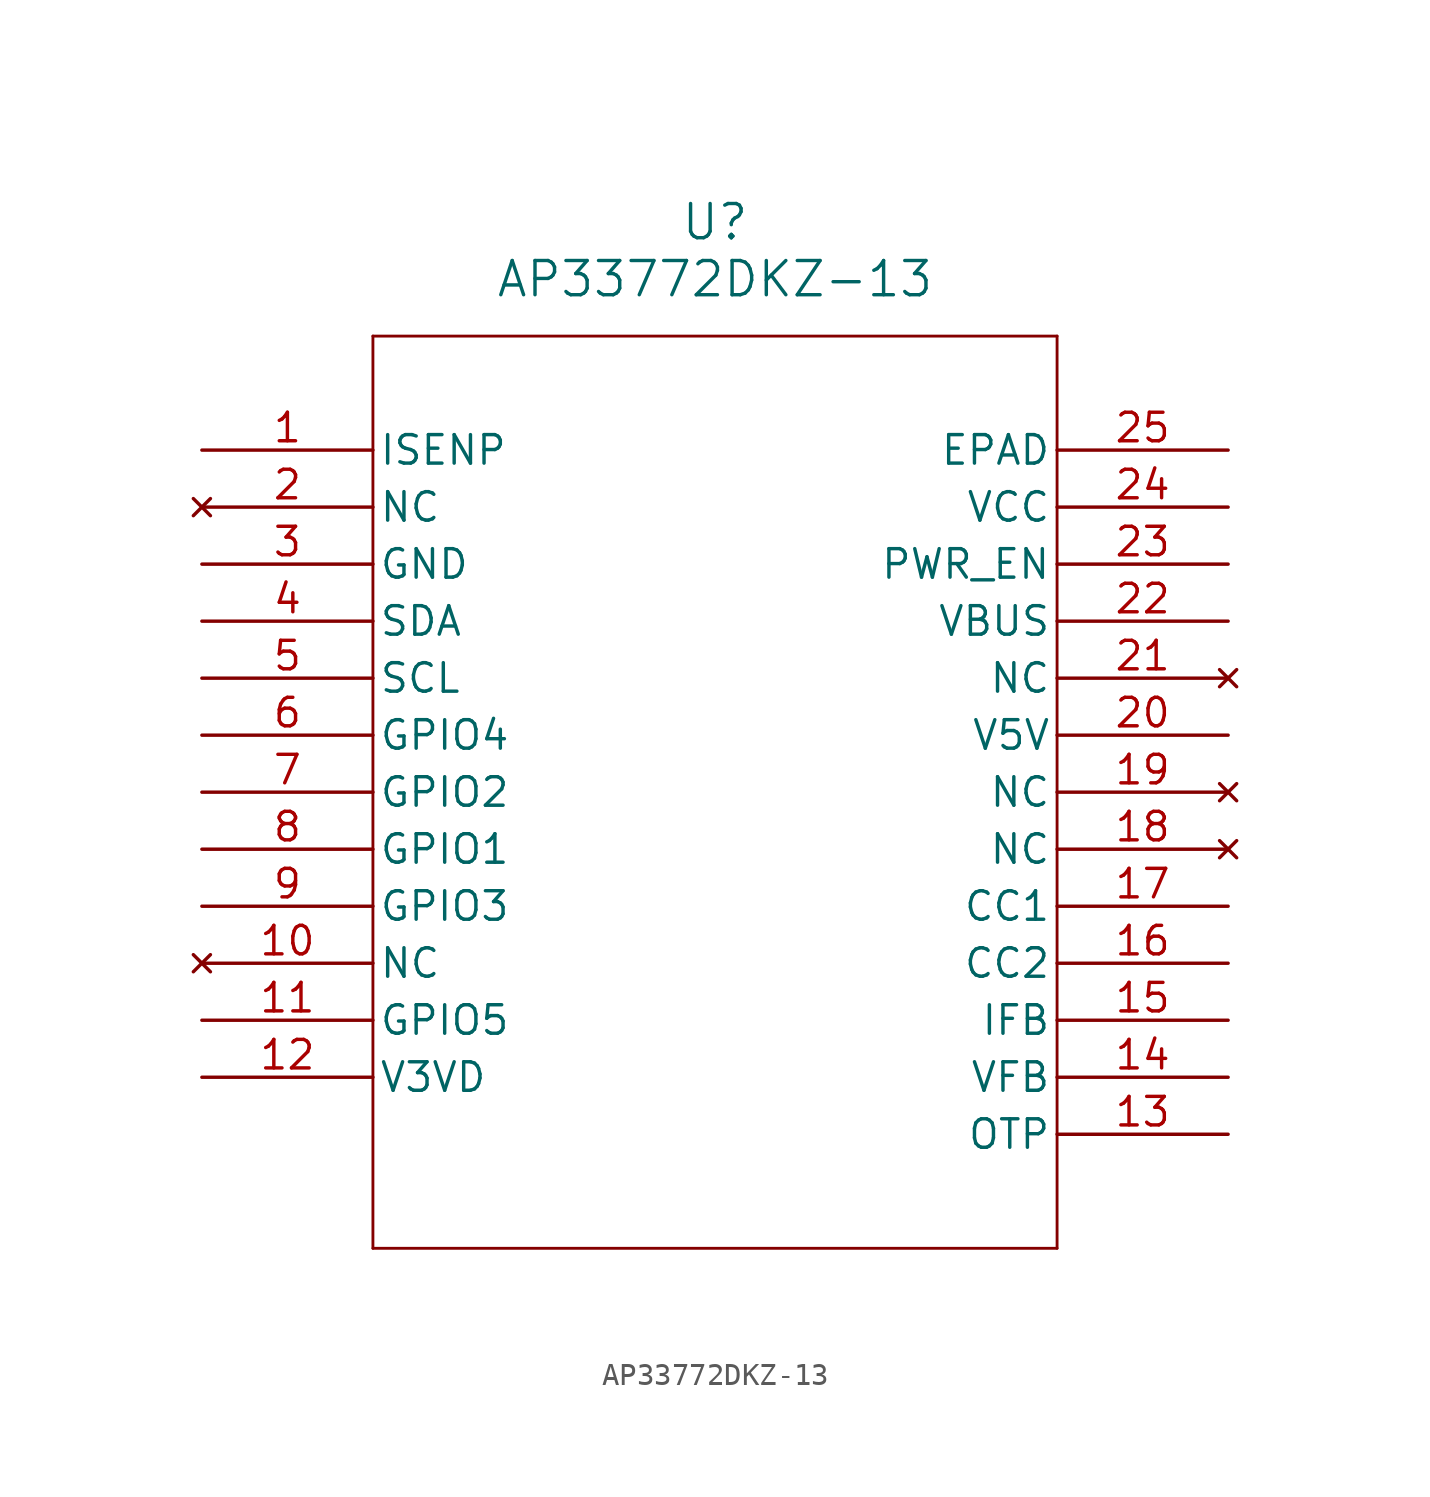
<source format=kicad_sym>
(kicad_symbol_lib
  (version 20211014)
  (generator kicad_symbol_editor)
  (symbol "AP33772DKZ-13"
    (pin_names
      (offset 0.254))
    (property "Reference" "U"
      (at 22.86 10.16 0)
      (effects (font (size 1.524 1.524))))
    (property "Value" "AP33772DKZ-13"
      (at 22.86 7.62 0)
      (effects (font (size 1.524 1.524))))
    (symbol "AP33772DKZ-13_0_1"
      (polyline (pts (xy 7.62 5.08) (xy 7.62 -35.56)) (stroke (width 0.127) (type default) (color 0 0 0 0)) (fill (type none)))
      (polyline (pts (xy 7.62 -35.56) (xy 38.1 -35.56)) (stroke (width 0.127) (type default) (color 0 0 0 0)) (fill (type none)))
      (polyline (pts (xy 38.1 -35.56) (xy 38.1 5.08)) (stroke (width 0.127) (type default) (color 0 0 0 0)) (fill (type none)))
      (polyline (pts (xy 38.1 5.08) (xy 7.62 5.08)) (stroke (width 0.127) (type default) (color 0 0 0 0)) (fill (type none)))
      (pin bidirectional line (at 0 0 0) (length 7.62) (name "ISENP" (effects (font (size 1.27 1.27)))) (number "1" (effects (font (size 1.27 1.27)))))
      (pin no_connect line (at 0 -2.54 0) (length 7.62) (name "NC" (effects (font (size 1.27 1.27)))) (number "2" (effects (font (size 1.27 1.27)))))
      (pin power_out line (at 0 -5.08 0) (length 7.62) (name "GND" (effects (font (size 1.27 1.27)))) (number "3" (effects (font (size 1.27 1.27)))))
      (pin bidirectional line (at 0 -7.62 0) (length 7.62) (name "SDA" (effects (font (size 1.27 1.27)))) (number "4" (effects (font (size 1.27 1.27)))))
      (pin bidirectional line (at 0 -10.16 0) (length 7.62) (name "SCL" (effects (font (size 1.27 1.27)))) (number "5" (effects (font (size 1.27 1.27)))))
      (pin bidirectional line (at 0 -12.7 0) (length 7.62) (name "GPIO4" (effects (font (size 1.27 1.27)))) (number "6" (effects (font (size 1.27 1.27)))))
      (pin bidirectional line (at 0 -15.24 0) (length 7.62) (name "GPIO2" (effects (font (size 1.27 1.27)))) (number "7" (effects (font (size 1.27 1.27)))))
      (pin bidirectional line (at 0 -17.78 0) (length 7.62) (name "GPIO1" (effects (font (size 1.27 1.27)))) (number "8" (effects (font (size 1.27 1.27)))))
      (pin bidirectional line (at 0 -20.32 0) (length 7.62) (name "GPIO3" (effects (font (size 1.27 1.27)))) (number "9" (effects (font (size 1.27 1.27)))))
      (pin no_connect line (at 0 -22.86 0) (length 7.62) (name "NC" (effects (font (size 1.27 1.27)))) (number "10" (effects (font (size 1.27 1.27)))))
      (pin bidirectional line (at 0 -25.4 0) (length 7.62) (name "GPIO5" (effects (font (size 1.27 1.27)))) (number "11" (effects (font (size 1.27 1.27)))))
      (pin power_in line (at 0 -27.94 0) (length 7.62) (name "V3VD" (effects (font (size 1.27 1.27)))) (number "12" (effects (font (size 1.27 1.27)))))
      (pin bidirectional line (at 45.72 -30.48 180) (length 7.62) (name "OTP" (effects (font (size 1.27 1.27)))) (number "13" (effects (font (size 1.27 1.27)))))
      (pin input line (at 45.72 -27.94 180) (length 7.62) (name "VFB" (effects (font (size 1.27 1.27)))) (number "14" (effects (font (size 1.27 1.27)))))
      (pin input line (at 45.72 -25.4 180) (length 7.62) (name "IFB" (effects (font (size 1.27 1.27)))) (number "15" (effects (font (size 1.27 1.27)))))
      (pin bidirectional line (at 45.72 -22.86 180) (length 7.62) (name "CC2" (effects (font (size 1.27 1.27)))) (number "16" (effects (font (size 1.27 1.27)))))
      (pin bidirectional line (at 45.72 -20.32 180) (length 7.62) (name "CC1" (effects (font (size 1.27 1.27)))) (number "17" (effects (font (size 1.27 1.27)))))
      (pin no_connect line (at 45.72 -17.78 180) (length 7.62) (name "NC" (effects (font (size 1.27 1.27)))) (number "18" (effects (font (size 1.27 1.27)))))
      (pin no_connect line (at 45.72 -15.24 180) (length 7.62) (name "NC" (effects (font (size 1.27 1.27)))) (number "19" (effects (font (size 1.27 1.27)))))
      (pin power_in line (at 45.72 -12.7 180) (length 7.62) (name "V5V" (effects (font (size 1.27 1.27)))) (number "20" (effects (font (size 1.27 1.27)))))
      (pin no_connect line (at 45.72 -10.16 180) (length 7.62) (name "NC" (effects (font (size 1.27 1.27)))) (number "21" (effects (font (size 1.27 1.27)))))
      (pin power_in line (at 45.72 -7.62 180) (length 7.62) (name "VBUS" (effects (font (size 1.27 1.27)))) (number "22" (effects (font (size 1.27 1.27)))))
      (pin power_in line (at 45.72 -5.08 180) (length 7.62) (name "PWR_EN" (effects (font (size 1.27 1.27)))) (number "23" (effects (font (size 1.27 1.27)))))
      (pin power_in line (at 45.72 -2.54 180) (length 7.62) (name "VCC" (effects (font (size 1.27 1.27)))) (number "24" (effects (font (size 1.27 1.27)))))
      (pin power_out line (at 45.72 0 180) (length 7.62) (name "EPAD" (effects (font (size 1.27 1.27)))) (number "25" (effects (font (size 1.27 1.27))))))))
</source>
